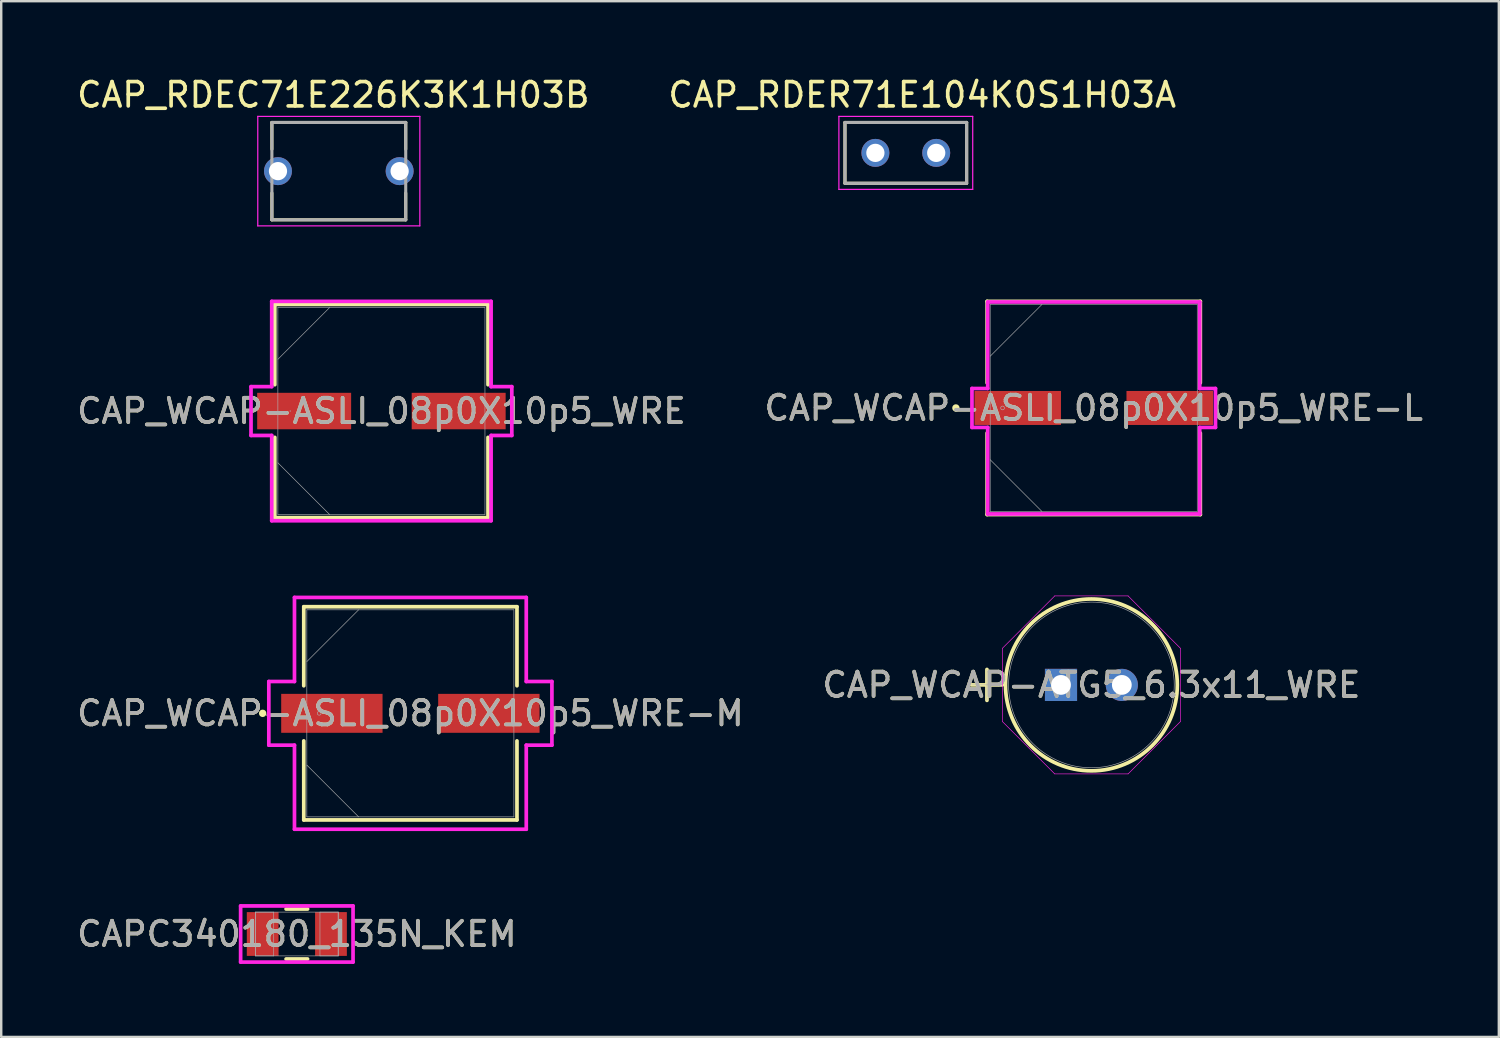
<source format=kicad_pcb>
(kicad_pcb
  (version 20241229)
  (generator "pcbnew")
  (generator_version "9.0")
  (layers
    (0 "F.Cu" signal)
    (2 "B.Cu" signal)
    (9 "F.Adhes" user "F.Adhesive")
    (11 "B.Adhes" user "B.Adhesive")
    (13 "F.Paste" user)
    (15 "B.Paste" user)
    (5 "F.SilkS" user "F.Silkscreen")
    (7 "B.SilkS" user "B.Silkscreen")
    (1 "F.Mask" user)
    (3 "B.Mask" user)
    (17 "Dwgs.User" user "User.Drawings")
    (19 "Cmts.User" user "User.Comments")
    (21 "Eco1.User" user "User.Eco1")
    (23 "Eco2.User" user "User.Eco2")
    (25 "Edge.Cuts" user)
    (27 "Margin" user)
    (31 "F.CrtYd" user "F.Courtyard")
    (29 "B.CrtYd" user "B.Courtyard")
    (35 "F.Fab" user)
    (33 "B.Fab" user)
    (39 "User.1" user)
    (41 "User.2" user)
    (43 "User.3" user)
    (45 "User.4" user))
  (footprint "CAP_WCAP-ATG5_6.3x11_WRE"
    (layer "F.Cu")
    (at 40.554 25.098)
    (property "Reference" "CAP_WCAP-ATG5_6.3x11_WRE" (at 1.25 0 0) (unlocked yes) (layer "F.SilkS") (effects (font (size 1 1) (thickness 0.15))))
    (attr through_hole)
    (fp_line (start -3.678 0) (end -2.408 0) (stroke (width 0.152) (type solid)) (layer "F.SilkS"))
    (fp_line (start -3.043 -0.635) (end -3.043 0.635) (stroke (width 0.152) (type solid)) (layer "F.SilkS"))
    (fp_circle (center 1.25 0) (end 4.781 0) (stroke (width 0.152) (type solid)) (fill no) (layer "F.SilkS"))
    (fp_line (start -2.408 -1.506) (end -0.256 -3.658) (stroke (width 0.025) (type solid)) (layer "F.CrtYd"))
    (fp_line (start -2.408 1.506) (end -2.408 -1.506) (stroke (width 0.025) (type solid)) (layer "F.CrtYd"))
    (fp_line (start -0.256 -3.658) (end 2.756 -3.658) (stroke (width 0.025) (type solid)) (layer "F.CrtYd"))
    (fp_line (start -0.256 3.658) (end -2.408 1.506) (stroke (width 0.025) (type solid)) (layer "F.CrtYd"))
    (fp_line (start 2.756 -3.658) (end 4.908 -1.506) (stroke (width 0.025) (type solid)) (layer "F.CrtYd"))
    (fp_line (start 2.756 3.658) (end -0.256 3.658) (stroke (width 0.025) (type solid)) (layer "F.CrtYd"))
    (fp_line (start 4.908 -1.506) (end 4.908 1.506) (stroke (width 0.025) (type solid)) (layer "F.CrtYd"))
    (fp_line (start 4.908 1.506) (end 2.756 3.658) (stroke (width 0.025) (type solid)) (layer "F.CrtYd"))
    (fp_line (start -3.678 0) (end -2.408 0) (stroke (width 0.025) (type solid)) (layer "F.Fab"))
    (fp_line (start -3.043 -0.635) (end -3.043 0.635) (stroke (width 0.025) (type solid)) (layer "F.Fab"))
    (fp_circle (center 1.25 0) (end 4.654 0) (stroke (width 0.025) (type solid)) (fill no) (layer "F.Fab"))
    (fp_text user "${REFERENCE}" (at 1.25 0 0) (unlocked yes) (layer "F.Fab") (effects (font (size 1 1) (thickness 0.15))))
    (pad "1" thru_hole rect (at 0 0) (size 1.321 1.321) (drill 0.813) (layers "*.Cu" "*.Mask"))
    (pad "2" thru_hole circle (at 2.5 0) (size 1.321 1.321) (drill 0.813) (layers "*.Cu" "*.Mask")))
  (footprint "CAP_WCAP-ASLI_08p0X10p5_WRE"
    (layer "F.Cu")
    (at 12.625 13.843)
    (property "Reference" "CAP_WCAP-ASLI_08p0X10p5_WRE" (at 0 0 0) (unlocked yes) (layer "F.SilkS") (effects (font (size 1 1) (thickness 0.15))))
    (attr smd)
    (fp_line (start -4.381 -4.381) (end -4.381 -1.082) (stroke (width 0.152) (type solid)) (layer "F.SilkS"))
    (fp_line (start -4.381 1.082) (end -4.381 4.381) (stroke (width 0.152) (type solid)) (layer "F.SilkS"))
    (fp_line (start -4.381 4.381) (end 4.381 4.381) (stroke (width 0.152) (type solid)) (layer "F.SilkS"))
    (fp_line (start 4.381 -4.381) (end -4.381 -4.381) (stroke (width 0.152) (type solid)) (layer "F.SilkS"))
    (fp_line (start 4.381 -1.082) (end 4.381 -4.381) (stroke (width 0.152) (type solid)) (layer "F.SilkS"))
    (fp_line (start 4.381 4.381) (end 4.381 1.082) (stroke (width 0.152) (type solid)) (layer "F.SilkS"))
    (fp_line (start -5.359 -1.003) (end -4.508 -1.003) (stroke (width 0.152) (type solid)) (layer "F.CrtYd"))
    (fp_line (start -5.359 1.003) (end -5.359 -1.003) (stroke (width 0.152) (type solid)) (layer "F.CrtYd"))
    (fp_line (start -4.508 -4.508) (end 4.508 -4.508) (stroke (width 0.152) (type solid)) (layer "F.CrtYd"))
    (fp_line (start -4.508 -1.003) (end -4.508 -4.508) (stroke (width 0.152) (type solid)) (layer "F.CrtYd"))
    (fp_line (start -4.508 1.003) (end -5.359 1.003) (stroke (width 0.152) (type solid)) (layer "F.CrtYd"))
    (fp_line (start -4.508 4.508) (end -4.508 1.003) (stroke (width 0.152) (type solid)) (layer "F.CrtYd"))
    (fp_line (start 4.508 -4.508) (end 4.508 -1.003) (stroke (width 0.152) (type solid)) (layer "F.CrtYd"))
    (fp_line (start 4.508 -1.003) (end 5.359 -1.003) (stroke (width 0.152) (type solid)) (layer "F.CrtYd"))
    (fp_line (start 4.508 1.003) (end 4.508 4.508) (stroke (width 0.152) (type solid)) (layer "F.CrtYd"))
    (fp_line (start 4.508 4.508) (end -4.508 4.508) (stroke (width 0.152) (type solid)) (layer "F.CrtYd"))
    (fp_line (start 5.359 -1.003) (end 5.359 1.003) (stroke (width 0.152) (type solid)) (layer "F.CrtYd"))
    (fp_line (start 5.359 1.003) (end 4.508 1.003) (stroke (width 0.152) (type solid)) (layer "F.CrtYd"))
    (fp_line (start -4.255 -4.255) (end -4.255 4.255) (stroke (width 0.025) (type solid)) (layer "F.Fab"))
    (fp_line (start -4.255 -2.127) (end -2.127 -4.255) (stroke (width 0.025) (type solid)) (layer "F.Fab"))
    (fp_line (start -4.255 2.127) (end -2.127 4.255) (stroke (width 0.025) (type solid)) (layer "F.Fab"))
    (fp_line (start -4.255 4.255) (end 4.255 4.255) (stroke (width 0.025) (type solid)) (layer "F.Fab"))
    (fp_line (start 4.255 -4.255) (end -4.255 -4.255) (stroke (width 0.025) (type solid)) (layer "F.Fab"))
    (fp_line (start 4.255 4.255) (end 4.255 -4.255) (stroke (width 0.025) (type solid)) (layer "F.Fab"))
    (fp_circle (center -3.747 0) (end -3.747 0) (stroke (width 0.025) (type solid)) (fill no) (layer "F.Fab"))
    (fp_text user "${REFERENCE}" (at 0 0 0) (unlocked yes) (layer "F.Fab") (effects (font (size 1 1) (thickness 0.15))))
    (pad "1" smd rect (at -3.175 0) (size 3.861 1.499) (layers "F.Cu" "F.Mask" "F.Paste"))
    (pad "2" smd rect (at 3.175 0) (size 3.861 1.499) (layers "F.Cu" "F.Mask" "F.Paste"))
    (zone (net_name "") (layer "F.Cu") (hatch full 0.508) (connect_pads) (min_thickness 0.254) (filled_areas_thickness no) (keepout (tracks not_allowed) (vias not_allowed) (pads allowed) (copperpour not_allowed) (footprints allowed)) (placement (enabled no)) (fill) (polygon (pts (xy 8.421 9.639) (xy 16.829 9.639) (xy 16.829 13.043) (xy 8.421 13.043))))
    (zone (net_name "") (layer "F.Cu") (hatch full 0.508) (connect_pads) (min_thickness 0.254) (filled_areas_thickness no) (keepout (tracks not_allowed) (vias not_allowed) (pads allowed) (copperpour not_allowed) (footprints allowed)) (placement (enabled no)) (fill) (polygon (pts (xy 8.421 14.643) (xy 16.829 14.643) (xy 16.829 18.047) (xy 8.421 18.047))))
    (zone (net_name "") (layer "F.Cu") (hatch full 0.508) (connect_pads) (min_thickness 0.254) (filled_areas_thickness no) (keepout (tracks not_allowed) (vias not_allowed) (pads allowed) (copperpour not_allowed) (footprints allowed)) (placement (enabled no)) (fill) (polygon (pts (xy 11.431 13.043) (xy 13.819 13.043) (xy 13.819 14.643) (xy 11.431 14.643)))))
  (footprint "CAPC340180_135N_KEM"
    (layer "F.Cu")
    (at 9.149 35.335)
    (property "Reference" "CAPC340180_135N_KEM" (at 0 0 0) (unlocked yes) (layer "F.SilkS") (effects (font (size 1 1) (thickness 0.15))))
    (attr smd)
    (fp_line (start -0.442 1.027) (end 0.442 1.027) (stroke (width 0.152) (type solid)) (layer "F.SilkS"))
    (fp_line (start 0.442 -1.027) (end -0.442 -1.027) (stroke (width 0.152) (type solid)) (layer "F.SilkS"))
    (fp_line (start -2.31 -1.154) (end 2.31 -1.154) (stroke (width 0.152) (type solid)) (layer "F.CrtYd"))
    (fp_line (start -2.31 1.154) (end -2.31 -1.154) (stroke (width 0.152) (type solid)) (layer "F.CrtYd"))
    (fp_line (start 2.31 -1.154) (end 2.31 1.154) (stroke (width 0.152) (type solid)) (layer "F.CrtYd"))
    (fp_line (start 2.31 1.154) (end -2.31 1.154) (stroke (width 0.152) (type solid)) (layer "F.CrtYd"))
    (fp_line (start -1.7 -0.9) (end -1.7 0.9) (stroke (width 0.025) (type solid)) (layer "F.Fab"))
    (fp_line (start -1.7 -0.9) (end -1.7 0.9) (stroke (width 0.025) (type solid)) (layer "F.Fab"))
    (fp_line (start -1.7 0.9) (end -0.95 0.9) (stroke (width 0.025) (type solid)) (layer "F.Fab"))
    (fp_line (start -1.7 0.9) (end 1.7 0.9) (stroke (width 0.025) (type solid)) (layer "F.Fab"))
    (fp_line (start -0.95 -0.9) (end -1.7 -0.9) (stroke (width 0.025) (type solid)) (layer "F.Fab"))
    (fp_line (start -0.95 0.9) (end -0.95 -0.9) (stroke (width 0.025) (type solid)) (layer "F.Fab"))
    (fp_line (start 0.95 -0.9) (end 0.95 0.9) (stroke (width 0.025) (type solid)) (layer "F.Fab"))
    (fp_line (start 0.95 0.9) (end 1.7 0.9) (stroke (width 0.025) (type solid)) (layer "F.Fab"))
    (fp_line (start 1.7 -0.9) (end -1.7 -0.9) (stroke (width 0.025) (type solid)) (layer "F.Fab"))
    (fp_line (start 1.7 -0.9) (end 0.95 -0.9) (stroke (width 0.025) (type solid)) (layer "F.Fab"))
    (fp_line (start 1.7 0.9) (end 1.7 -0.9) (stroke (width 0.025) (type solid)) (layer "F.Fab"))
    (fp_line (start 1.7 0.9) (end 1.7 -0.9) (stroke (width 0.025) (type solid)) (layer "F.Fab"))
    (fp_text user "${REFERENCE}" (at 0 0 0) (unlocked yes) (layer "F.Fab") (effects (font (size 1 1) (thickness 0.15))))
    (pad "1" smd rect (at -1.403 0) (size 1.306 1.8) (layers "F.Cu" "F.Mask" "F.Paste"))
    (pad "2" smd rect (at 1.403 0) (size 1.306 1.8) (layers "F.Cu" "F.Mask" "F.Paste"))
    (zone (net_name "") (layer "F.Cu") (hatch full 0.508) (connect_pads) (min_thickness 0.254) (filled_areas_thickness no) (keepout (tracks not_allowed) (vias not_allowed) (pads allowed) (copperpour not_allowed) (footprints allowed)) (placement (enabled no)) (fill) (polygon (pts (xy 8.45 34.486) (xy 9.848 34.486) (xy 9.848 36.184) (xy 8.45 36.184)))))
  (footprint "CAP_WCAP-ASLI_08p0X10p5_WRE-L"
    (layer "F.Cu")
    (at 41.899 13.716)
    (property "Reference" "CAP_WCAP-ASLI_08p0X10p5_WRE-L" (at 0 0 0) (unlocked yes) (layer "F.SilkS") (effects (font (size 1 1) (thickness 0.15))))
    (attr smd)
    (fp_line (start -4.381 -4.381) (end -4.381 -1.031) (stroke (width 0.152) (type solid)) (layer "F.SilkS"))
    (fp_line (start -4.381 1.031) (end -4.381 4.381) (stroke (width 0.152) (type solid)) (layer "F.SilkS"))
    (fp_line (start -4.381 4.381) (end 4.381 4.381) (stroke (width 0.152) (type solid)) (layer "F.SilkS"))
    (fp_line (start 4.381 -4.381) (end -4.381 -4.381) (stroke (width 0.152) (type solid)) (layer "F.SilkS"))
    (fp_line (start 4.381 -1.031) (end 4.381 -4.381) (stroke (width 0.152) (type solid)) (layer "F.SilkS"))
    (fp_line (start 4.381 4.381) (end 4.381 1.031) (stroke (width 0.152) (type solid)) (layer "F.SilkS"))
    (fp_circle (center -5.664 0) (end -5.588 0) (stroke (width 0.152) (type solid)) (fill no) (layer "F.SilkS"))
    (fp_line (start -5.004 -0.8) (end -4.356 -0.8) (stroke (width 0.152) (type solid)) (layer "F.CrtYd"))
    (fp_line (start -5.004 0.8) (end -5.004 -0.8) (stroke (width 0.152) (type solid)) (layer "F.CrtYd"))
    (fp_line (start -4.356 -4.356) (end 4.356 -4.356) (stroke (width 0.152) (type solid)) (layer "F.CrtYd"))
    (fp_line (start -4.356 -0.8) (end -4.356 -4.356) (stroke (width 0.152) (type solid)) (layer "F.CrtYd"))
    (fp_line (start -4.356 0.8) (end -5.004 0.8) (stroke (width 0.152) (type solid)) (layer "F.CrtYd"))
    (fp_line (start -4.356 4.356) (end -4.356 0.8) (stroke (width 0.152) (type solid)) (layer "F.CrtYd"))
    (fp_line (start 4.356 -4.356) (end 4.356 -0.8) (stroke (width 0.152) (type solid)) (layer "F.CrtYd"))
    (fp_line (start 4.356 -0.8) (end 5.004 -0.8) (stroke (width 0.152) (type solid)) (layer "F.CrtYd"))
    (fp_line (start 4.356 0.8) (end 4.356 4.356) (stroke (width 0.152) (type solid)) (layer "F.CrtYd"))
    (fp_line (start 4.356 4.356) (end -4.356 4.356) (stroke (width 0.152) (type solid)) (layer "F.CrtYd"))
    (fp_line (start 5.004 -0.8) (end 5.004 0.8) (stroke (width 0.152) (type solid)) (layer "F.CrtYd"))
    (fp_line (start 5.004 0.8) (end 4.356 0.8) (stroke (width 0.152) (type solid)) (layer "F.CrtYd"))
    (fp_line (start -4.255 -4.255) (end -4.255 4.255) (stroke (width 0.025) (type solid)) (layer "F.Fab"))
    (fp_line (start -4.255 -2.127) (end -2.127 -4.255) (stroke (width 0.025) (type solid)) (layer "F.Fab"))
    (fp_line (start -4.255 2.127) (end -2.127 4.255) (stroke (width 0.025) (type solid)) (layer "F.Fab"))
    (fp_line (start -4.255 4.255) (end 4.255 4.255) (stroke (width 0.025) (type solid)) (layer "F.Fab"))
    (fp_line (start 4.255 -4.255) (end -4.255 -4.255) (stroke (width 0.025) (type solid)) (layer "F.Fab"))
    (fp_line (start 4.255 4.255) (end 4.255 -4.255) (stroke (width 0.025) (type solid)) (layer "F.Fab"))
    (fp_circle (center -3.747 0) (end -3.67 0) (stroke (width 0.025) (type solid)) (fill no) (layer "F.Fab"))
    (fp_text user "${REFERENCE}" (at 0 0 0) (unlocked yes) (layer "F.Fab") (effects (font (size 1 1) (thickness 0.15))))
    (pad "1" smd rect (at -3.124 0) (size 3.556 1.397) (layers "F.Cu" "F.Mask" "F.Paste"))
    (pad "2" smd rect (at 3.124 0) (size 3.556 1.397) (layers "F.Cu" "F.Mask" "F.Paste"))
    (zone (net_name "") (layer "F.Cu") (hatch full 0.508) (connect_pads) (min_thickness 0.254) (filled_areas_thickness no) (keepout (tracks not_allowed) (vias not_allowed) (pads allowed) (copperpour not_allowed) (footprints allowed)) (placement (enabled no)) (fill) (polygon (pts (xy 37.695 9.512) (xy 46.103 9.512) (xy 46.103 12.967) (xy 37.695 12.967))))
    (zone (net_name "") (layer "F.Cu") (hatch full 0.508) (connect_pads) (min_thickness 0.254) (filled_areas_thickness no) (keepout (tracks not_allowed) (vias not_allowed) (pads allowed) (copperpour not_allowed) (footprints allowed)) (placement (enabled no)) (fill) (polygon (pts (xy 37.695 14.465) (xy 46.103 14.465) (xy 46.103 17.92) (xy 37.695 17.92))))
    (zone (net_name "") (layer "F.Cu") (hatch full 0.508) (connect_pads) (min_thickness 0.254) (filled_areas_thickness no) (keepout (tracks not_allowed) (vias not_allowed) (pads allowed) (copperpour not_allowed) (footprints allowed)) (placement (enabled no)) (fill) (polygon (pts (xy 40.603 12.967) (xy 43.194 12.967) (xy 43.194 14.465) (xy 40.603 14.465)))))
  (footprint "CAP_RDEC71E226K3K1H03B"
    (layer "F.Cu")
    (at 10.874 3.983)
    (property "Reference" "CAP_RDEC71E226K3K1H03B" (at -0.225 -3.135 0) (layer "F.SilkS") (effects (font (size 1 1) (thickness 0.15))))
    (attr through_hole)
    (fp_line (start -2.75 -2) (end -2.75 -0.9) (stroke (width 0.127) (type solid)) (layer "F.SilkS"))
    (fp_line (start -2.75 0.9) (end -2.75 2) (stroke (width 0.127) (type solid)) (layer "F.SilkS"))
    (fp_line (start 2.75 -2) (end -2.75 -2) (stroke (width 0.127) (type solid)) (layer "F.SilkS"))
    (fp_line (start 2.75 -2) (end 2.75 -0.9) (stroke (width 0.127) (type solid)) (layer "F.SilkS"))
    (fp_line (start 2.75 0.9) (end 2.75 2) (stroke (width 0.127) (type solid)) (layer "F.SilkS"))
    (fp_line (start 2.75 2) (end -2.75 2) (stroke (width 0.127) (type solid)) (layer "F.SilkS"))
    (fp_line (start -3.33 -2.25) (end 3.33 -2.25) (stroke (width 0.05) (type solid)) (layer "F.CrtYd"))
    (fp_line (start -3.33 2.25) (end -3.33 -2.25) (stroke (width 0.05) (type solid)) (layer "F.CrtYd"))
    (fp_line (start 3.33 -2.25) (end 3.33 2.25) (stroke (width 0.05) (type solid)) (layer "F.CrtYd"))
    (fp_line (start 3.33 2.25) (end -3.33 2.25) (stroke (width 0.05) (type solid)) (layer "F.CrtYd"))
    (fp_line (start -2.75 -2) (end 2.75 -2) (stroke (width 0.127) (type solid)) (layer "F.Fab"))
    (fp_line (start -2.75 2) (end -2.75 -2) (stroke (width 0.127) (type solid)) (layer "F.Fab"))
    (fp_line (start 2.75 -2) (end 2.75 2) (stroke (width 0.127) (type solid)) (layer "F.Fab"))
    (fp_line (start 2.75 2) (end -2.75 2) (stroke (width 0.127) (type solid)) (layer "F.Fab"))
    (pad "1" thru_hole circle (at -2.5 0) (size 1.15 1.15) (drill 0.75) (layers "*.Cu" "*.Mask"))
    (pad "2" thru_hole circle (at 2.5 0) (size 1.15 1.15) (drill 0.75) (layers "*.Cu" "*.Mask")))
  (footprint "CAP_WCAP-ASLI_08p0X10p5_WRE-M"
    (layer "F.Cu")
    (at 13.815 26.266)
    (property "Reference" "CAP_WCAP-ASLI_08p0X10p5_WRE-M" (at 0 0 0) (unlocked yes) (layer "F.SilkS") (effects (font (size 1 1) (thickness 0.15))))
    (attr smd)
    (fp_line (start -4.381 -4.381) (end -4.381 -1.133) (stroke (width 0.152) (type solid)) (layer "F.SilkS"))
    (fp_line (start -4.381 1.133) (end -4.381 4.381) (stroke (width 0.152) (type solid)) (layer "F.SilkS"))
    (fp_line (start -4.381 4.381) (end 4.381 4.381) (stroke (width 0.152) (type solid)) (layer "F.SilkS"))
    (fp_line (start 4.381 -4.381) (end -4.381 -4.381) (stroke (width 0.152) (type solid)) (layer "F.SilkS"))
    (fp_line (start 4.381 -1.133) (end 4.381 -4.381) (stroke (width 0.152) (type solid)) (layer "F.SilkS"))
    (fp_line (start 4.381 4.381) (end 4.381 1.133) (stroke (width 0.152) (type solid)) (layer "F.SilkS"))
    (fp_circle (center -6.071 0) (end -5.994 0) (stroke (width 0.152) (type solid)) (fill no) (layer "F.SilkS"))
    (fp_line (start -5.817 -1.308) (end -4.763 -1.308) (stroke (width 0.152) (type solid)) (layer "F.CrtYd"))
    (fp_line (start -5.817 1.308) (end -5.817 -1.308) (stroke (width 0.152) (type solid)) (layer "F.CrtYd"))
    (fp_line (start -4.763 -4.763) (end 4.763 -4.763) (stroke (width 0.152) (type solid)) (layer "F.CrtYd"))
    (fp_line (start -4.763 -1.308) (end -4.763 -4.763) (stroke (width 0.152) (type solid)) (layer "F.CrtYd"))
    (fp_line (start -4.763 1.308) (end -5.817 1.308) (stroke (width 0.152) (type solid)) (layer "F.CrtYd"))
    (fp_line (start -4.763 4.763) (end -4.763 1.308) (stroke (width 0.152) (type solid)) (layer "F.CrtYd"))
    (fp_line (start 4.763 -4.763) (end 4.763 -1.308) (stroke (width 0.152) (type solid)) (layer "F.CrtYd"))
    (fp_line (start 4.763 -1.308) (end 5.817 -1.308) (stroke (width 0.152) (type solid)) (layer "F.CrtYd"))
    (fp_line (start 4.763 1.308) (end 4.763 4.763) (stroke (width 0.152) (type solid)) (layer "F.CrtYd"))
    (fp_line (start 4.763 4.763) (end -4.763 4.763) (stroke (width 0.152) (type solid)) (layer "F.CrtYd"))
    (fp_line (start 5.817 -1.308) (end 5.817 1.308) (stroke (width 0.152) (type solid)) (layer "F.CrtYd"))
    (fp_line (start 5.817 1.308) (end 4.763 1.308) (stroke (width 0.152) (type solid)) (layer "F.CrtYd"))
    (fp_line (start -4.255 -4.255) (end -4.255 4.255) (stroke (width 0.025) (type solid)) (layer "F.Fab"))
    (fp_line (start -4.255 -2.127) (end -2.127 -4.255) (stroke (width 0.025) (type solid)) (layer "F.Fab"))
    (fp_line (start -4.255 2.127) (end -2.127 4.255) (stroke (width 0.025) (type solid)) (layer "F.Fab"))
    (fp_line (start -4.255 4.255) (end 4.255 4.255) (stroke (width 0.025) (type solid)) (layer "F.Fab"))
    (fp_line (start 4.255 -4.255) (end -4.255 -4.255) (stroke (width 0.025) (type solid)) (layer "F.Fab"))
    (fp_line (start 4.255 4.255) (end 4.255 -4.255) (stroke (width 0.025) (type solid)) (layer "F.Fab"))
    (fp_circle (center -3.747 0) (end -3.67 0) (stroke (width 0.025) (type solid)) (fill no) (layer "F.Fab"))
    (fp_text user "${REFERENCE}" (at 0 0 0) (unlocked yes) (layer "F.Fab") (effects (font (size 1 1) (thickness 0.15))))
    (pad "1" smd rect (at -3.226 0) (size 4.166 1.6) (layers "F.Cu" "F.Mask" "F.Paste"))
    (pad "2" smd rect (at 3.226 0) (size 4.166 1.6) (layers "F.Cu" "F.Mask" "F.Paste"))
    (zone (net_name "") (layer "F.Cu") (hatch full 0.508) (connect_pads) (min_thickness 0.254) (filled_areas_thickness no) (keepout (tracks not_allowed) (vias not_allowed) (pads allowed) (copperpour not_allowed) (footprints allowed)) (placement (enabled no)) (fill) (polygon (pts (xy 9.612 22.063) (xy 18.019 22.063) (xy 18.019 25.415) (xy 9.612 25.415))))
    (zone (net_name "") (layer "F.Cu") (hatch full 0.508) (connect_pads) (min_thickness 0.254) (filled_areas_thickness no) (keepout (tracks not_allowed) (vias not_allowed) (pads allowed) (copperpour not_allowed) (footprints allowed)) (placement (enabled no)) (fill) (polygon (pts (xy 9.612 27.117) (xy 18.019 27.117) (xy 18.019 30.47) (xy 9.612 30.47))))
    (zone (net_name "") (layer "F.Cu") (hatch full 0.508) (connect_pads) (min_thickness 0.254) (filled_areas_thickness no) (keepout (tracks not_allowed) (vias not_allowed) (pads allowed) (copperpour not_allowed) (footprints allowed)) (placement (enabled no)) (fill) (polygon (pts (xy 12.723 25.415) (xy 14.908 25.415) (xy 14.908 27.117) (xy 12.723 27.117)))))
  (footprint "CAP_RDER71E104K0S1H03A"
    (layer "F.Cu")
    (at 34.176 3.233)
    (property "Reference" "CAP_RDER71E104K0S1H03A" (at 0.675 -2.385 0) (layer "F.SilkS") (effects (font (size 1 1) (thickness 0.15))))
    (attr through_hole)
    (fp_line (start -2.5 -1.25) (end 2.5 -1.25) (stroke (width 0.127) (type solid)) (layer "F.SilkS"))
    (fp_line (start -2.5 1.25) (end -2.5 -1.25) (stroke (width 0.127) (type solid)) (layer "F.SilkS"))
    (fp_line (start 2.5 1.25) (end -2.5 1.25) (stroke (width 0.127) (type solid)) (layer "F.SilkS"))
    (fp_line (start 2.5 1.25) (end 2.5 -1.25) (stroke (width 0.127) (type solid)) (layer "F.SilkS"))
    (fp_line (start -2.75 -1.5) (end 2.75 -1.5) (stroke (width 0.05) (type solid)) (layer "F.CrtYd"))
    (fp_line (start -2.75 1.5) (end -2.75 -1.5) (stroke (width 0.05) (type solid)) (layer "F.CrtYd"))
    (fp_line (start 2.75 -1.5) (end 2.75 1.5) (stroke (width 0.05) (type solid)) (layer "F.CrtYd"))
    (fp_line (start 2.75 1.5) (end -2.75 1.5) (stroke (width 0.05) (type solid)) (layer "F.CrtYd"))
    (fp_line (start -2.5 -1.25) (end 2.5 -1.25) (stroke (width 0.127) (type solid)) (layer "F.Fab"))
    (fp_line (start -2.5 1.25) (end -2.5 -1.25) (stroke (width 0.127) (type solid)) (layer "F.Fab"))
    (fp_line (start 2.5 -1.25) (end 2.5 1.25) (stroke (width 0.127) (type solid)) (layer "F.Fab"))
    (fp_line (start 2.5 1.25) (end -2.5 1.25) (stroke (width 0.127) (type solid)) (layer "F.Fab"))
    (pad "1" thru_hole circle (at -1.25 0) (size 1.15 1.15) (drill 0.75) (layers "*.Cu" "*.Mask"))
    (pad "2" thru_hole circle (at 1.25 0) (size 1.15 1.15) (drill 0.75) (layers "*.Cu" "*.Mask")))
  (gr_rect
    (start -3 -3)
    (end 58.548 39.565)
    (stroke (width 0.1) (type default))
    (fill no)
    (layer "Edge.Cuts")))
</source>
